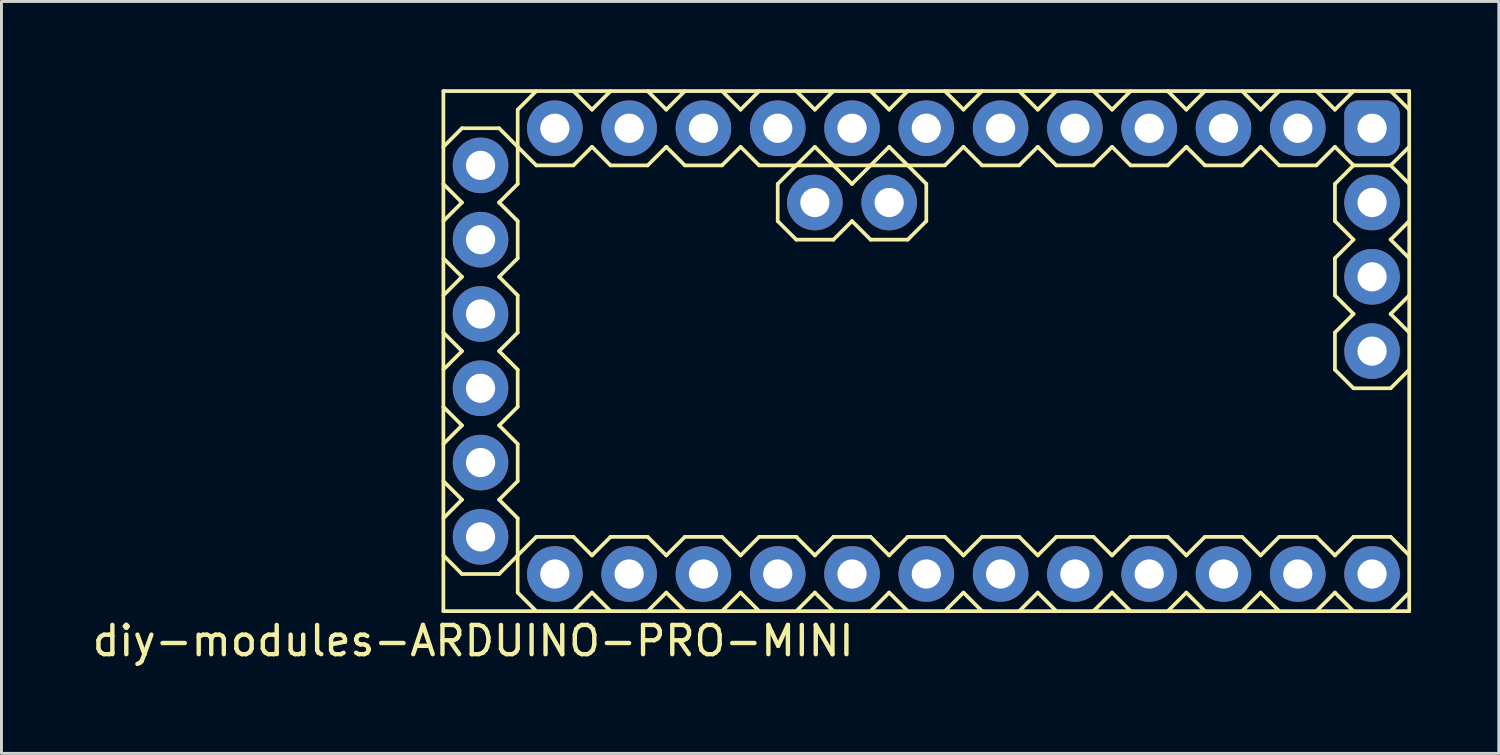
<source format=kicad_pcb>
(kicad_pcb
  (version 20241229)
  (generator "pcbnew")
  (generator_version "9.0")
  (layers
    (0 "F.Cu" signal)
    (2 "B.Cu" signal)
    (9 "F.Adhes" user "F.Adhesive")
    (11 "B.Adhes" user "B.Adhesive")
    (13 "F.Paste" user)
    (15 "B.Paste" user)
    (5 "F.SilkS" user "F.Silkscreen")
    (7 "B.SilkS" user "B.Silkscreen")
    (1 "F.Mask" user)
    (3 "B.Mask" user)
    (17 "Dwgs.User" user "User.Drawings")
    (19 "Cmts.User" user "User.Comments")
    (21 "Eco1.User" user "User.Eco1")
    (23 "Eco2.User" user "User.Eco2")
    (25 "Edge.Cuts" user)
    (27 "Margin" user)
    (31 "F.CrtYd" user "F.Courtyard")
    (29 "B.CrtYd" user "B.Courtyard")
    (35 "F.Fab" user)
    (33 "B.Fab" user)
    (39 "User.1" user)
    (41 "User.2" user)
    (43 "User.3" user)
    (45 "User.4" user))
  (footprint "diy-modules-ARDUINO-PRO-MINI"
    (layer "F.Cu")
    (at 28.619 8.954)
    (property "Reference" "diy-modules-ARDUINO-PRO-MINI" (at -15.494 9.906 0) (layer "F.SilkS") (effects (font (size 1 1) (thickness 0.15))))
    (attr exclude_from_pos_files exclude_from_bom)
    (fp_line (start -16.51 -8.89) (end -16.51 8.89) (stroke (width 0.127) (type solid)) (layer "F.SilkS"))
    (fp_line (start -16.51 -5.715) (end -15.875 -5.08) (stroke (width 0.127) (type solid)) (layer "F.SilkS"))
    (fp_line (start -16.51 -3.175) (end -15.875 -2.54) (stroke (width 0.127) (type solid)) (layer "F.SilkS"))
    (fp_line (start -16.51 -0.635) (end -15.875 0) (stroke (width 0.127) (type solid)) (layer "F.SilkS"))
    (fp_line (start -16.51 1.905) (end -15.875 2.54) (stroke (width 0.127) (type solid)) (layer "F.SilkS"))
    (fp_line (start -16.51 4.445) (end -15.875 5.08) (stroke (width 0.127) (type solid)) (layer "F.SilkS"))
    (fp_line (start -16.51 6.985) (end -15.875 7.62) (stroke (width 0.127) (type solid)) (layer "F.SilkS"))
    (fp_line (start -16.51 8.89) (end 16.51 8.89) (stroke (width 0.127) (type solid)) (layer "F.SilkS"))
    (fp_line (start -15.875 -7.62) (end -16.51 -6.985) (stroke (width 0.127) (type solid)) (layer "F.SilkS"))
    (fp_line (start -15.875 -5.08) (end -16.51 -4.445) (stroke (width 0.127) (type solid)) (layer "F.SilkS"))
    (fp_line (start -15.875 -2.54) (end -16.51 -1.905) (stroke (width 0.127) (type solid)) (layer "F.SilkS"))
    (fp_line (start -15.875 0) (end -16.51 0.635) (stroke (width 0.127) (type solid)) (layer "F.SilkS"))
    (fp_line (start -15.875 2.54) (end -16.51 3.175) (stroke (width 0.127) (type solid)) (layer "F.SilkS"))
    (fp_line (start -15.875 5.08) (end -16.51 5.715) (stroke (width 0.127) (type solid)) (layer "F.SilkS"))
    (fp_line (start -15.875 7.62) (end -14.605 7.62) (stroke (width 0.127) (type solid)) (layer "F.SilkS"))
    (fp_line (start -14.605 -7.62) (end -15.875 -7.62) (stroke (width 0.127) (type solid)) (layer "F.SilkS"))
    (fp_line (start -14.605 -5.08) (end -13.97 -5.715) (stroke (width 0.127) (type solid)) (layer "F.SilkS"))
    (fp_line (start -14.605 -2.54) (end -13.97 -3.175) (stroke (width 0.127) (type solid)) (layer "F.SilkS"))
    (fp_line (start -14.605 0) (end -13.97 -0.635) (stroke (width 0.127) (type solid)) (layer "F.SilkS"))
    (fp_line (start -14.605 2.54) (end -13.97 1.905) (stroke (width 0.127) (type solid)) (layer "F.SilkS"))
    (fp_line (start -14.605 5.08) (end -13.97 4.445) (stroke (width 0.127) (type solid)) (layer "F.SilkS"))
    (fp_line (start -14.605 7.62) (end -13.97 6.985) (stroke (width 0.127) (type solid)) (layer "F.SilkS"))
    (fp_line (start -13.97 -8.255) (end -13.97 -6.985) (stroke (width 0.127) (type solid)) (layer "F.SilkS"))
    (fp_line (start -13.97 -6.985) (end -14.605 -7.62) (stroke (width 0.127) (type solid)) (layer "F.SilkS"))
    (fp_line (start -13.97 -6.985) (end -13.335 -6.35) (stroke (width 0.127) (type solid)) (layer "F.SilkS"))
    (fp_line (start -13.97 -5.715) (end -13.97 -6.985) (stroke (width 0.127) (type solid)) (layer "F.SilkS"))
    (fp_line (start -13.97 -4.445) (end -14.605 -5.08) (stroke (width 0.127) (type solid)) (layer "F.SilkS"))
    (fp_line (start -13.97 -3.175) (end -13.97 -4.445) (stroke (width 0.127) (type solid)) (layer "F.SilkS"))
    (fp_line (start -13.97 -1.905) (end -14.605 -2.54) (stroke (width 0.127) (type solid)) (layer "F.SilkS"))
    (fp_line (start -13.97 -0.635) (end -13.97 -1.905) (stroke (width 0.127) (type solid)) (layer "F.SilkS"))
    (fp_line (start -13.97 0.635) (end -14.605 0) (stroke (width 0.127) (type solid)) (layer "F.SilkS"))
    (fp_line (start -13.97 1.905) (end -13.97 0.635) (stroke (width 0.127) (type solid)) (layer "F.SilkS"))
    (fp_line (start -13.97 3.175) (end -14.605 2.54) (stroke (width 0.127) (type solid)) (layer "F.SilkS"))
    (fp_line (start -13.97 4.445) (end -13.97 3.175) (stroke (width 0.127) (type solid)) (layer "F.SilkS"))
    (fp_line (start -13.97 5.715) (end -14.605 5.08) (stroke (width 0.127) (type solid)) (layer "F.SilkS"))
    (fp_line (start -13.97 6.985) (end -13.97 5.715) (stroke (width 0.127) (type solid)) (layer "F.SilkS"))
    (fp_line (start -13.97 6.985) (end -13.97 8.255) (stroke (width 0.127) (type solid)) (layer "F.SilkS"))
    (fp_line (start -13.335 -8.89) (end -13.97 -8.255) (stroke (width 0.127) (type solid)) (layer "F.SilkS"))
    (fp_line (start -13.335 -6.35) (end -12.065 -6.35) (stroke (width 0.127) (type solid)) (layer "F.SilkS"))
    (fp_line (start -13.335 6.35) (end -13.97 6.985) (stroke (width 0.127) (type solid)) (layer "F.SilkS"))
    (fp_line (start -13.335 6.35) (end -12.065 6.35) (stroke (width 0.127) (type solid)) (layer "F.SilkS"))
    (fp_line (start -13.335 8.89) (end -13.97 8.255) (stroke (width 0.127) (type solid)) (layer "F.SilkS"))
    (fp_line (start -12.065 -6.35) (end -11.43 -6.985) (stroke (width 0.127) (type solid)) (layer "F.SilkS"))
    (fp_line (start -12.065 6.35) (end -11.43 6.985) (stroke (width 0.127) (type solid)) (layer "F.SilkS"))
    (fp_line (start -12.065 8.89) (end -11.43 8.255) (stroke (width 0.127) (type solid)) (layer "F.SilkS"))
    (fp_line (start -11.43 -8.255) (end -12.065 -8.89) (stroke (width 0.127) (type solid)) (layer "F.SilkS"))
    (fp_line (start -11.43 -6.985) (end -10.795 -6.35) (stroke (width 0.127) (type solid)) (layer "F.SilkS"))
    (fp_line (start -11.43 8.255) (end -10.795 8.89) (stroke (width 0.127) (type solid)) (layer "F.SilkS"))
    (fp_line (start -10.795 -8.89) (end -11.43 -8.255) (stroke (width 0.127) (type solid)) (layer "F.SilkS"))
    (fp_line (start -10.795 -6.35) (end -9.525 -6.35) (stroke (width 0.127) (type solid)) (layer "F.SilkS"))
    (fp_line (start -10.795 6.35) (end -11.43 6.985) (stroke (width 0.127) (type solid)) (layer "F.SilkS"))
    (fp_line (start -10.795 6.35) (end -9.525 6.35) (stroke (width 0.127) (type solid)) (layer "F.SilkS"))
    (fp_line (start -9.525 -6.35) (end -8.89 -6.985) (stroke (width 0.127) (type solid)) (layer "F.SilkS"))
    (fp_line (start -9.525 6.35) (end -8.89 6.985) (stroke (width 0.127) (type solid)) (layer "F.SilkS"))
    (fp_line (start -9.525 8.89) (end -8.89 8.255) (stroke (width 0.127) (type solid)) (layer "F.SilkS"))
    (fp_line (start -8.89 -8.255) (end -9.525 -8.89) (stroke (width 0.127) (type solid)) (layer "F.SilkS"))
    (fp_line (start -8.89 -6.985) (end -8.255 -6.35) (stroke (width 0.127) (type solid)) (layer "F.SilkS"))
    (fp_line (start -8.89 8.255) (end -8.255 8.89) (stroke (width 0.127) (type solid)) (layer "F.SilkS"))
    (fp_line (start -8.255 -8.89) (end -8.89 -8.255) (stroke (width 0.127) (type solid)) (layer "F.SilkS"))
    (fp_line (start -8.255 -6.35) (end -6.985 -6.35) (stroke (width 0.127) (type solid)) (layer "F.SilkS"))
    (fp_line (start -8.255 6.35) (end -8.89 6.985) (stroke (width 0.127) (type solid)) (layer "F.SilkS"))
    (fp_line (start -8.255 6.35) (end -6.985 6.35) (stroke (width 0.127) (type solid)) (layer "F.SilkS"))
    (fp_line (start -6.985 -6.35) (end -6.35 -6.985) (stroke (width 0.127) (type solid)) (layer "F.SilkS"))
    (fp_line (start -6.985 6.35) (end -6.35 6.985) (stroke (width 0.127) (type solid)) (layer "F.SilkS"))
    (fp_line (start -6.985 8.89) (end -6.35 8.255) (stroke (width 0.127) (type solid)) (layer "F.SilkS"))
    (fp_line (start -6.35 -8.255) (end -6.985 -8.89) (stroke (width 0.127) (type solid)) (layer "F.SilkS"))
    (fp_line (start -6.35 -6.985) (end -5.715 -6.35) (stroke (width 0.127) (type solid)) (layer "F.SilkS"))
    (fp_line (start -6.35 8.255) (end -5.715 8.89) (stroke (width 0.127) (type solid)) (layer "F.SilkS"))
    (fp_line (start -5.715 -8.89) (end -6.35 -8.255) (stroke (width 0.127) (type solid)) (layer "F.SilkS"))
    (fp_line (start -5.715 -6.35) (end 0.635 -6.35) (stroke (width 0.127) (type solid)) (layer "F.SilkS"))
    (fp_line (start -5.715 6.35) (end -6.35 6.985) (stroke (width 0.127) (type solid)) (layer "F.SilkS"))
    (fp_line (start -5.715 6.35) (end -4.445 6.35) (stroke (width 0.127) (type solid)) (layer "F.SilkS"))
    (fp_line (start -5.08 -5.715) (end -4.445 -6.35) (stroke (width 0.127) (type solid)) (layer "F.SilkS"))
    (fp_line (start -5.08 -4.445) (end -5.08 -5.715) (stroke (width 0.127) (type solid)) (layer "F.SilkS"))
    (fp_line (start -4.445 -6.35) (end -3.81 -6.985) (stroke (width 0.127) (type solid)) (layer "F.SilkS"))
    (fp_line (start -4.445 -3.81) (end -5.08 -4.445) (stroke (width 0.127) (type solid)) (layer "F.SilkS"))
    (fp_line (start -4.445 6.35) (end -3.81 6.985) (stroke (width 0.127) (type solid)) (layer "F.SilkS"))
    (fp_line (start -4.445 8.89) (end -3.81 8.255) (stroke (width 0.127) (type solid)) (layer "F.SilkS"))
    (fp_line (start -3.81 -8.255) (end -4.445 -8.89) (stroke (width 0.127) (type solid)) (layer "F.SilkS"))
    (fp_line (start -3.81 -6.985) (end -3.175 -6.35) (stroke (width 0.127) (type solid)) (layer "F.SilkS"))
    (fp_line (start -3.81 8.255) (end -3.175 8.89) (stroke (width 0.127) (type solid)) (layer "F.SilkS"))
    (fp_line (start -3.175 -8.89) (end -3.81 -8.255) (stroke (width 0.127) (type solid)) (layer "F.SilkS"))
    (fp_line (start -3.175 -3.81) (end -4.445 -3.81) (stroke (width 0.127) (type solid)) (layer "F.SilkS"))
    (fp_line (start -3.175 -3.81) (end -2.54 -4.445) (stroke (width 0.127) (type solid)) (layer "F.SilkS"))
    (fp_line (start -3.175 6.35) (end -3.81 6.985) (stroke (width 0.127) (type solid)) (layer "F.SilkS"))
    (fp_line (start -3.175 6.35) (end -1.905 6.35) (stroke (width 0.127) (type solid)) (layer "F.SilkS"))
    (fp_line (start -2.54 -5.715) (end -3.175 -6.35) (stroke (width 0.127) (type solid)) (layer "F.SilkS"))
    (fp_line (start -2.54 -4.445) (end -1.905 -3.81) (stroke (width 0.127) (type solid)) (layer "F.SilkS"))
    (fp_line (start -1.905 -6.35) (end -2.54 -5.715) (stroke (width 0.127) (type solid)) (layer "F.SilkS"))
    (fp_line (start -1.905 -6.35) (end -1.27 -6.985) (stroke (width 0.127) (type solid)) (layer "F.SilkS"))
    (fp_line (start -1.905 6.35) (end -1.27 6.985) (stroke (width 0.127) (type solid)) (layer "F.SilkS"))
    (fp_line (start -1.905 8.89) (end -1.27 8.255) (stroke (width 0.127) (type solid)) (layer "F.SilkS"))
    (fp_line (start -1.27 -8.255) (end -1.905 -8.89) (stroke (width 0.127) (type solid)) (layer "F.SilkS"))
    (fp_line (start -1.27 -6.985) (end -0.635 -6.35) (stroke (width 0.127) (type solid)) (layer "F.SilkS"))
    (fp_line (start -1.27 8.255) (end -0.635 8.89) (stroke (width 0.127) (type solid)) (layer "F.SilkS"))
    (fp_line (start -0.635 -8.89) (end -1.27 -8.255) (stroke (width 0.127) (type solid)) (layer "F.SilkS"))
    (fp_line (start -0.635 -6.35) (end 0 -5.715) (stroke (width 0.127) (type solid)) (layer "F.SilkS"))
    (fp_line (start -0.635 -3.81) (end -1.905 -3.81) (stroke (width 0.127) (type solid)) (layer "F.SilkS"))
    (fp_line (start -0.635 6.35) (end -1.27 6.985) (stroke (width 0.127) (type solid)) (layer "F.SilkS"))
    (fp_line (start -0.635 6.35) (end 0.635 6.35) (stroke (width 0.127) (type solid)) (layer "F.SilkS"))
    (fp_line (start 0 -5.715) (end 0 -4.445) (stroke (width 0.127) (type solid)) (layer "F.SilkS"))
    (fp_line (start 0 -4.445) (end -0.635 -3.81) (stroke (width 0.127) (type solid)) (layer "F.SilkS"))
    (fp_line (start 0.635 -6.35) (end 1.27 -6.985) (stroke (width 0.127) (type solid)) (layer "F.SilkS"))
    (fp_line (start 0.635 6.35) (end 1.27 6.985) (stroke (width 0.127) (type solid)) (layer "F.SilkS"))
    (fp_line (start 0.635 8.89) (end 1.27 8.255) (stroke (width 0.127) (type solid)) (layer "F.SilkS"))
    (fp_line (start 1.27 -8.255) (end 0.635 -8.89) (stroke (width 0.127) (type solid)) (layer "F.SilkS"))
    (fp_line (start 1.27 -6.985) (end 1.905 -6.35) (stroke (width 0.127) (type solid)) (layer "F.SilkS"))
    (fp_line (start 1.27 8.255) (end 1.905 8.89) (stroke (width 0.127) (type solid)) (layer "F.SilkS"))
    (fp_line (start 1.905 -8.89) (end 1.27 -8.255) (stroke (width 0.127) (type solid)) (layer "F.SilkS"))
    (fp_line (start 1.905 6.35) (end 1.27 6.985) (stroke (width 0.127) (type solid)) (layer "F.SilkS"))
    (fp_line (start 1.905 6.35) (end 3.175 6.35) (stroke (width 0.127) (type solid)) (layer "F.SilkS"))
    (fp_line (start 3.175 -6.35) (end 1.905 -6.35) (stroke (width 0.127) (type solid)) (layer "F.SilkS"))
    (fp_line (start 3.175 -6.35) (end 3.81 -6.985) (stroke (width 0.127) (type solid)) (layer "F.SilkS"))
    (fp_line (start 3.175 6.35) (end 3.81 6.985) (stroke (width 0.127) (type solid)) (layer "F.SilkS"))
    (fp_line (start 3.175 8.89) (end 3.81 8.255) (stroke (width 0.127) (type solid)) (layer "F.SilkS"))
    (fp_line (start 3.81 -8.255) (end 3.175 -8.89) (stroke (width 0.127) (type solid)) (layer "F.SilkS"))
    (fp_line (start 3.81 -6.985) (end 4.445 -6.35) (stroke (width 0.127) (type solid)) (layer "F.SilkS"))
    (fp_line (start 3.81 8.255) (end 4.445 8.89) (stroke (width 0.127) (type solid)) (layer "F.SilkS"))
    (fp_line (start 4.445 -8.89) (end 3.81 -8.255) (stroke (width 0.127) (type solid)) (layer "F.SilkS"))
    (fp_line (start 4.445 6.35) (end 3.81 6.985) (stroke (width 0.127) (type solid)) (layer "F.SilkS"))
    (fp_line (start 4.445 6.35) (end 5.715 6.35) (stroke (width 0.127) (type solid)) (layer "F.SilkS"))
    (fp_line (start 5.715 -6.35) (end 4.445 -6.35) (stroke (width 0.127) (type solid)) (layer "F.SilkS"))
    (fp_line (start 5.715 -6.35) (end 6.35 -6.985) (stroke (width 0.127) (type solid)) (layer "F.SilkS"))
    (fp_line (start 5.715 6.35) (end 6.35 6.985) (stroke (width 0.127) (type solid)) (layer "F.SilkS"))
    (fp_line (start 5.715 8.89) (end 6.35 8.255) (stroke (width 0.127) (type solid)) (layer "F.SilkS"))
    (fp_line (start 6.35 -8.255) (end 5.715 -8.89) (stroke (width 0.127) (type solid)) (layer "F.SilkS"))
    (fp_line (start 6.35 -6.985) (end 6.985 -6.35) (stroke (width 0.127) (type solid)) (layer "F.SilkS"))
    (fp_line (start 6.35 8.255) (end 6.985 8.89) (stroke (width 0.127) (type solid)) (layer "F.SilkS"))
    (fp_line (start 6.985 -8.89) (end 6.35 -8.255) (stroke (width 0.127) (type solid)) (layer "F.SilkS"))
    (fp_line (start 6.985 6.35) (end 6.35 6.985) (stroke (width 0.127) (type solid)) (layer "F.SilkS"))
    (fp_line (start 6.985 6.35) (end 8.255 6.35) (stroke (width 0.127) (type solid)) (layer "F.SilkS"))
    (fp_line (start 8.255 -6.35) (end 6.985 -6.35) (stroke (width 0.127) (type solid)) (layer "F.SilkS"))
    (fp_line (start 8.255 -6.35) (end 8.89 -6.985) (stroke (width 0.127) (type solid)) (layer "F.SilkS"))
    (fp_line (start 8.255 6.35) (end 8.89 6.985) (stroke (width 0.127) (type solid)) (layer "F.SilkS"))
    (fp_line (start 8.255 8.89) (end 8.89 8.255) (stroke (width 0.127) (type solid)) (layer "F.SilkS"))
    (fp_line (start 8.89 -8.255) (end 8.255 -8.89) (stroke (width 0.127) (type solid)) (layer "F.SilkS"))
    (fp_line (start 8.89 -6.985) (end 9.525 -6.35) (stroke (width 0.127) (type solid)) (layer "F.SilkS"))
    (fp_line (start 8.89 8.255) (end 9.525 8.89) (stroke (width 0.127) (type solid)) (layer "F.SilkS"))
    (fp_line (start 9.525 -8.89) (end 8.89 -8.255) (stroke (width 0.127) (type solid)) (layer "F.SilkS"))
    (fp_line (start 9.525 6.35) (end 8.89 6.985) (stroke (width 0.127) (type solid)) (layer "F.SilkS"))
    (fp_line (start 9.525 6.35) (end 10.795 6.35) (stroke (width 0.127) (type solid)) (layer "F.SilkS"))
    (fp_line (start 10.795 -6.35) (end 9.525 -6.35) (stroke (width 0.127) (type solid)) (layer "F.SilkS"))
    (fp_line (start 10.795 -6.35) (end 11.43 -6.985) (stroke (width 0.127) (type solid)) (layer "F.SilkS"))
    (fp_line (start 10.795 6.35) (end 11.43 6.985) (stroke (width 0.127) (type solid)) (layer "F.SilkS"))
    (fp_line (start 10.795 8.89) (end 11.43 8.255) (stroke (width 0.127) (type solid)) (layer "F.SilkS"))
    (fp_line (start 11.43 -8.255) (end 10.795 -8.89) (stroke (width 0.127) (type solid)) (layer "F.SilkS"))
    (fp_line (start 11.43 -6.985) (end 12.065 -6.35) (stroke (width 0.127) (type solid)) (layer "F.SilkS"))
    (fp_line (start 11.43 8.255) (end 12.065 8.89) (stroke (width 0.127) (type solid)) (layer "F.SilkS"))
    (fp_line (start 12.065 -8.89) (end 11.43 -8.255) (stroke (width 0.127) (type solid)) (layer "F.SilkS"))
    (fp_line (start 12.065 6.35) (end 11.43 6.985) (stroke (width 0.127) (type solid)) (layer "F.SilkS"))
    (fp_line (start 12.065 6.35) (end 13.335 6.35) (stroke (width 0.127) (type solid)) (layer "F.SilkS"))
    (fp_line (start 13.335 -6.35) (end 12.065 -6.35) (stroke (width 0.127) (type solid)) (layer "F.SilkS"))
    (fp_line (start 13.335 -6.35) (end 13.97 -6.985) (stroke (width 0.127) (type solid)) (layer "F.SilkS"))
    (fp_line (start 13.335 6.35) (end 13.97 6.985) (stroke (width 0.127) (type solid)) (layer "F.SilkS"))
    (fp_line (start 13.335 8.89) (end 13.97 8.255) (stroke (width 0.127) (type solid)) (layer "F.SilkS"))
    (fp_line (start 13.97 -8.255) (end 13.335 -8.89) (stroke (width 0.127) (type solid)) (layer "F.SilkS"))
    (fp_line (start 13.97 -6.985) (end 14.605 -6.35) (stroke (width 0.127) (type solid)) (layer "F.SilkS"))
    (fp_line (start 13.97 -5.715) (end 14.605 -6.35) (stroke (width 0.127) (type solid)) (layer "F.SilkS"))
    (fp_line (start 13.97 -4.445) (end 13.97 -5.715) (stroke (width 0.127) (type solid)) (layer "F.SilkS"))
    (fp_line (start 13.97 -3.175) (end 14.605 -3.81) (stroke (width 0.127) (type solid)) (layer "F.SilkS"))
    (fp_line (start 13.97 -1.905) (end 13.97 -3.175) (stroke (width 0.127) (type solid)) (layer "F.SilkS"))
    (fp_line (start 13.97 -0.635) (end 14.605 -1.27) (stroke (width 0.127) (type solid)) (layer "F.SilkS"))
    (fp_line (start 13.97 0.635) (end 13.97 -0.635) (stroke (width 0.127) (type solid)) (layer "F.SilkS"))
    (fp_line (start 13.97 8.255) (end 14.605 8.89) (stroke (width 0.127) (type solid)) (layer "F.SilkS"))
    (fp_line (start 14.605 -8.89) (end 13.97 -8.255) (stroke (width 0.127) (type solid)) (layer "F.SilkS"))
    (fp_line (start 14.605 -3.81) (end 13.97 -4.445) (stroke (width 0.127) (type solid)) (layer "F.SilkS"))
    (fp_line (start 14.605 -1.27) (end 13.97 -1.905) (stroke (width 0.127) (type solid)) (layer "F.SilkS"))
    (fp_line (start 14.605 1.27) (end 13.97 0.635) (stroke (width 0.127) (type solid)) (layer "F.SilkS"))
    (fp_line (start 14.605 6.35) (end 13.97 6.985) (stroke (width 0.127) (type solid)) (layer "F.SilkS"))
    (fp_line (start 14.605 6.35) (end 15.875 6.35) (stroke (width 0.127) (type solid)) (layer "F.SilkS"))
    (fp_line (start 15.875 -6.35) (end 14.605 -6.35) (stroke (width 0.127) (type solid)) (layer "F.SilkS"))
    (fp_line (start 15.875 -6.35) (end 16.51 -6.985) (stroke (width 0.127) (type solid)) (layer "F.SilkS"))
    (fp_line (start 15.875 -3.81) (end 16.51 -4.445) (stroke (width 0.127) (type solid)) (layer "F.SilkS"))
    (fp_line (start 15.875 -1.27) (end 16.51 -1.905) (stroke (width 0.127) (type solid)) (layer "F.SilkS"))
    (fp_line (start 15.875 1.27) (end 14.605 1.27) (stroke (width 0.127) (type solid)) (layer "F.SilkS"))
    (fp_line (start 15.875 1.27) (end 16.51 0.635) (stroke (width 0.127) (type solid)) (layer "F.SilkS"))
    (fp_line (start 15.875 6.35) (end 16.51 6.985) (stroke (width 0.127) (type solid)) (layer "F.SilkS"))
    (fp_line (start 15.875 8.89) (end 16.51 8.255) (stroke (width 0.127) (type solid)) (layer "F.SilkS"))
    (fp_line (start 16.51 -8.89) (end -16.51 -8.89) (stroke (width 0.127) (type solid)) (layer "F.SilkS"))
    (fp_line (start 16.51 -8.255) (end 15.875 -8.89) (stroke (width 0.127) (type solid)) (layer "F.SilkS"))
    (fp_line (start 16.51 -5.715) (end 15.875 -6.35) (stroke (width 0.127) (type solid)) (layer "F.SilkS"))
    (fp_line (start 16.51 -3.175) (end 15.875 -3.81) (stroke (width 0.127) (type solid)) (layer "F.SilkS"))
    (fp_line (start 16.51 -0.635) (end 15.875 -1.27) (stroke (width 0.127) (type solid)) (layer "F.SilkS"))
    (fp_line (start 16.51 8.89) (end 16.51 -8.89) (stroke (width 0.127) (type solid)) (layer "F.SilkS"))
    (pad "1" thru_hole roundrect (at 15.24 -7.62) (size 1.9 1.9) (drill 0.998) (layers "*.Cu" "*.Mask") (roundrect_rratio 0.25))
    (pad "2" thru_hole circle (at 12.7 -7.62) (size 1.9 1.9) (drill 0.998) (layers "*.Cu" "*.Mask"))
    (pad "3" thru_hole circle (at 10.16 -7.62) (size 1.9 1.9) (drill 0.998) (layers "*.Cu" "*.Mask"))
    (pad "4" thru_hole circle (at 7.62 -7.62) (size 1.9 1.9) (drill 0.998) (layers "*.Cu" "*.Mask"))
    (pad "5" thru_hole circle (at 5.08 -7.62) (size 1.9 1.9) (drill 0.998) (layers "*.Cu" "*.Mask"))
    (pad "6" thru_hole circle (at 2.54 -7.62) (size 1.9 1.9) (drill 0.998) (layers "*.Cu" "*.Mask"))
    (pad "7" thru_hole circle (at 0 -7.62) (size 1.9 1.9) (drill 0.998) (layers "*.Cu" "*.Mask"))
    (pad "8" thru_hole circle (at -2.54 -7.62) (size 1.9 1.9) (drill 0.998) (layers "*.Cu" "*.Mask"))
    (pad "9" thru_hole circle (at -5.08 -7.62) (size 1.9 1.9) (drill 0.998) (layers "*.Cu" "*.Mask"))
    (pad "10" thru_hole circle (at -7.62 -7.62) (size 1.9 1.9) (drill 0.998) (layers "*.Cu" "*.Mask"))
    (pad "11" thru_hole circle (at -10.16 -7.62) (size 1.9 1.9) (drill 0.998) (layers "*.Cu" "*.Mask"))
    (pad "12" thru_hole circle (at -12.7 -7.62) (size 1.9 1.9) (drill 0.998) (layers "*.Cu" "*.Mask"))
    (pad "13" thru_hole circle (at -15.24 -6.35) (size 1.9 1.9) (drill 0.998) (layers "*.Cu" "*.Mask"))
    (pad "14" thru_hole circle (at -15.24 -3.81) (size 1.9 1.9) (drill 0.998) (layers "*.Cu" "*.Mask"))
    (pad "15" thru_hole circle (at -15.24 -1.27) (size 1.9 1.9) (drill 0.998) (layers "*.Cu" "*.Mask"))
    (pad "16" thru_hole circle (at -15.24 1.27) (size 1.9 1.9) (drill 0.998) (layers "*.Cu" "*.Mask"))
    (pad "17" thru_hole circle (at -15.24 3.81) (size 1.9 1.9) (drill 0.998) (layers "*.Cu" "*.Mask"))
    (pad "18" thru_hole circle (at -15.24 6.35) (size 1.9 1.9) (drill 0.998) (layers "*.Cu" "*.Mask"))
    (pad "19" thru_hole circle (at -12.7 7.62) (size 1.9 1.9) (drill 0.998) (layers "*.Cu" "*.Mask"))
    (pad "20" thru_hole circle (at -10.16 7.62) (size 1.9 1.9) (drill 0.998) (layers "*.Cu" "*.Mask"))
    (pad "21" thru_hole circle (at -7.62 7.62) (size 1.9 1.9) (drill 0.998) (layers "*.Cu" "*.Mask"))
    (pad "22" thru_hole circle (at -5.08 7.62) (size 1.9 1.9) (drill 0.998) (layers "*.Cu" "*.Mask"))
    (pad "23" thru_hole circle (at -2.54 7.62) (size 1.9 1.9) (drill 0.998) (layers "*.Cu" "*.Mask"))
    (pad "24" thru_hole circle (at 0 7.62) (size 1.9 1.9) (drill 0.998) (layers "*.Cu" "*.Mask"))
    (pad "25" thru_hole circle (at 2.54 7.62) (size 1.9 1.9) (drill 0.998) (layers "*.Cu" "*.Mask"))
    (pad "26" thru_hole circle (at 5.08 7.62) (size 1.9 1.9) (drill 0.998) (layers "*.Cu" "*.Mask"))
    (pad "27" thru_hole circle (at 7.62 7.62) (size 1.9 1.9) (drill 0.998) (layers "*.Cu" "*.Mask"))
    (pad "28" thru_hole circle (at 10.16 7.62) (size 1.9 1.9) (drill 0.998) (layers "*.Cu" "*.Mask"))
    (pad "29" thru_hole circle (at 12.7 7.62) (size 1.9 1.9) (drill 0.998) (layers "*.Cu" "*.Mask"))
    (pad "30" thru_hole circle (at 15.24 7.62) (size 1.9 1.9) (drill 0.998) (layers "*.Cu" "*.Mask"))
    (pad "31" thru_hole circle (at 15.24 0) (size 1.9 1.9) (drill 0.998) (layers "*.Cu" "*.Mask"))
    (pad "32" thru_hole circle (at 15.24 -2.54) (size 1.9 1.9) (drill 0.998) (layers "*.Cu" "*.Mask"))
    (pad "33" thru_hole circle (at 15.24 -5.08) (size 1.9 1.9) (drill 0.998) (layers "*.Cu" "*.Mask"))
    (pad "34" thru_hole circle (at -1.27 -5.08) (size 1.9 1.9) (drill 0.998) (layers "*.Cu" "*.Mask"))
    (pad "35" thru_hole circle (at -3.81 -5.08) (size 1.9 1.9) (drill 0.998) (layers "*.Cu" "*.Mask")))
  (gr_rect
    (start -3 -3)
    (end 48.192 22.708)
    (stroke (width 0.1) (type default))
    (fill no)
    (layer "Edge.Cuts")))
</source>
